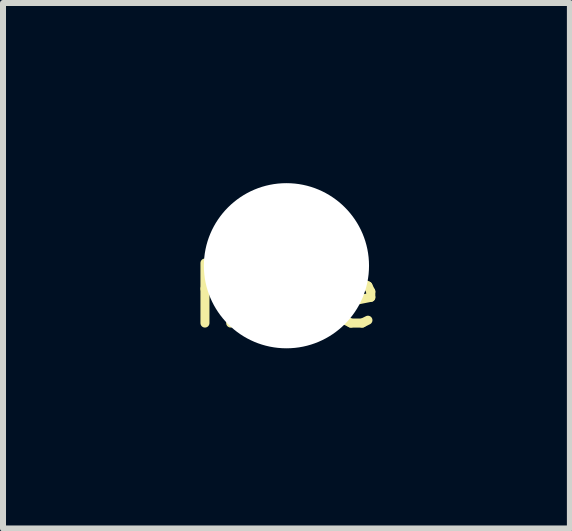
<source format=kicad_pcb>
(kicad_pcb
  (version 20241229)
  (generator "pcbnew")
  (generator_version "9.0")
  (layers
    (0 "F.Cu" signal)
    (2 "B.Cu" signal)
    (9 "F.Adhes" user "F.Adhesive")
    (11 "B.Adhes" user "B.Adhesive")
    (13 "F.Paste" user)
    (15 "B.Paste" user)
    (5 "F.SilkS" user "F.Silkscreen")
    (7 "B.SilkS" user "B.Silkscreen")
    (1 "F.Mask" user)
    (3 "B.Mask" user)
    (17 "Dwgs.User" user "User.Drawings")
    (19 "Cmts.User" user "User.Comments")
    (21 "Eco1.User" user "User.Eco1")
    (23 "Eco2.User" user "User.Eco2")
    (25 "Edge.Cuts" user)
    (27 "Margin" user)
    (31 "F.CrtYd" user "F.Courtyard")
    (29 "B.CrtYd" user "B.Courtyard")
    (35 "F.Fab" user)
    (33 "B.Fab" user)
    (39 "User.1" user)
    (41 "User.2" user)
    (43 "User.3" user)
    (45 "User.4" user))
  (footprint "hole"
    (layer "F.Cu")
    (at 1.72 1.375)
    (property "Reference" "hole" (at 0 0.5 0) (layer "F.SilkS") (effects (font (size 1 1) (thickness 0.15))))
    (attr through_hole)
    (pad "" np_thru_hole circle (at 0 0) (size 2.75 2.75) (drill 2.75) (layers "*.Cu" "*.Mask")))
  (gr_rect
    (start -3 -3)
    (end 6.44 5.75)
    (stroke (width 0.1) (type default))
    (fill no)
    (layer "Edge.Cuts")))
</source>
